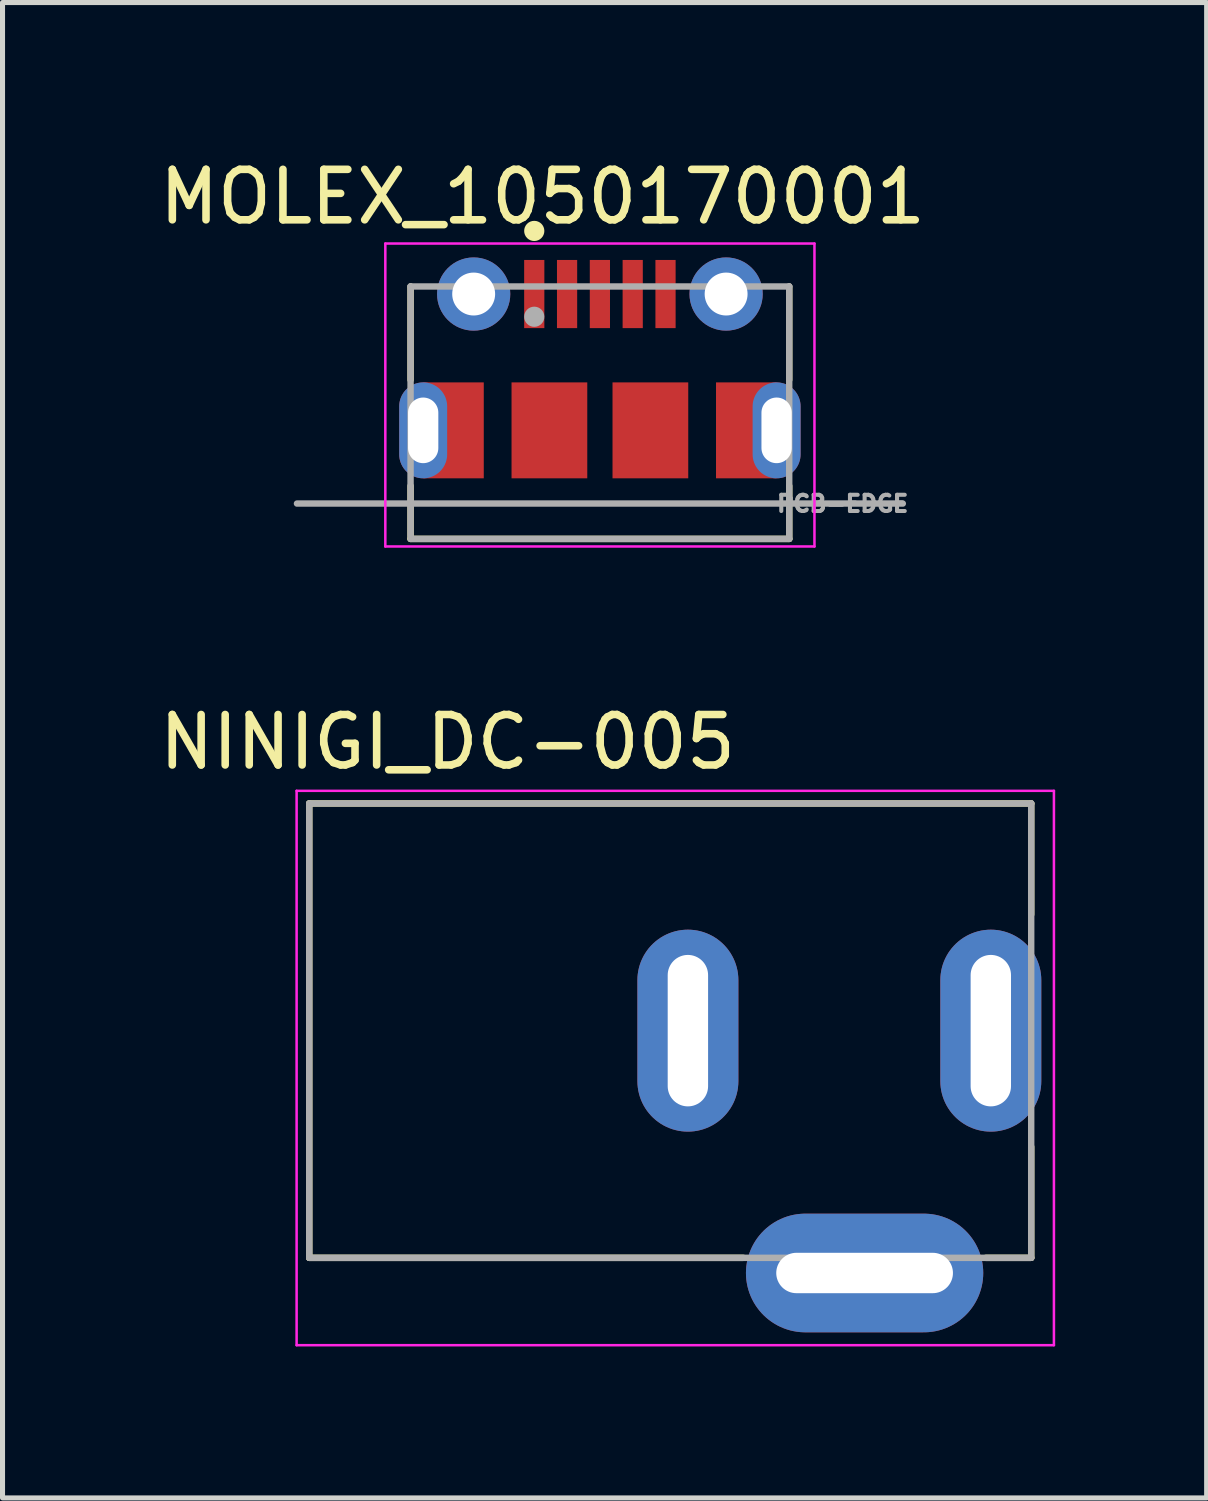
<source format=kicad_pcb>
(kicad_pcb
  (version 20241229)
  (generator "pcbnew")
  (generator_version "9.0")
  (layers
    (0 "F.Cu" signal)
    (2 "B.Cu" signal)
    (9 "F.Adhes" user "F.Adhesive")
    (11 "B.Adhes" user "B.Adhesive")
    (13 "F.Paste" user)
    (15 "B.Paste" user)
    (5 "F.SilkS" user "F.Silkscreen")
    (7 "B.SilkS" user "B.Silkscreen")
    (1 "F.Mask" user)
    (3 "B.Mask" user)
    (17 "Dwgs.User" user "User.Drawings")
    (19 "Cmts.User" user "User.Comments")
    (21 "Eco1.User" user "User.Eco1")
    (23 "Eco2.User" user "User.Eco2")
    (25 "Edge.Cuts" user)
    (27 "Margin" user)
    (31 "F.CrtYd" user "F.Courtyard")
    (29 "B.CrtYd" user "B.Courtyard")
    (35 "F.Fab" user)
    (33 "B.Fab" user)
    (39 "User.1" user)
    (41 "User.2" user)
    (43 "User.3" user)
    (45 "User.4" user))
  (footprint "NINIGI_DC-005"
    (layer "F.Cu")
    (at 14.075 17.364)
    (property "Reference" "NINIGI_DC-005" (at -8.26 -5.717 0) (layer "F.SilkS") (effects (font (size 1 1) (thickness 0.15))))
    (attr through_hole)
    (fp_line (start -11 -4.5) (end 3.3 -4.5) (stroke (width 0.127) (type solid)) (layer "F.SilkS"))
    (fp_line (start -11 4.5) (end -11 -4.5) (stroke (width 0.127) (type solid)) (layer "F.SilkS"))
    (fp_line (start -2.4 4.5) (end -11 4.5) (stroke (width 0.127) (type solid)) (layer "F.SilkS"))
    (fp_line (start 3.3 -4.5) (end 3.3 -2.3) (stroke (width 0.127) (type solid)) (layer "F.SilkS"))
    (fp_line (start 3.3 2.3) (end 3.3 4.5) (stroke (width 0.127) (type solid)) (layer "F.SilkS"))
    (fp_line (start 3.3 4.5) (end 2.4 4.5) (stroke (width 0.127) (type solid)) (layer "F.SilkS"))
    (fp_line (start -11.25 -4.75) (end 3.75 -4.75) (stroke (width 0.05) (type solid)) (layer "F.CrtYd"))
    (fp_line (start -11.25 6.23) (end -11.25 -4.75) (stroke (width 0.05) (type solid)) (layer "F.CrtYd"))
    (fp_line (start 3.75 -4.75) (end 3.75 6.23) (stroke (width 0.05) (type solid)) (layer "F.CrtYd"))
    (fp_line (start 3.75 6.23) (end -11.25 6.23) (stroke (width 0.05) (type solid)) (layer "F.CrtYd"))
    (fp_line (start -11 -4.5) (end 3.3 -4.5) (stroke (width 0.127) (type solid)) (layer "F.Fab"))
    (fp_line (start -11 4.5) (end -11 -4.5) (stroke (width 0.127) (type solid)) (layer "F.Fab"))
    (fp_line (start 3.3 -4.5) (end 3.3 4.5) (stroke (width 0.127) (type solid)) (layer "F.Fab"))
    (fp_line (start 3.3 4.5) (end -11 4.5) (stroke (width 0.127) (type solid)) (layer "F.Fab"))
    (pad "2" thru_hole oval (at 0 4.8) (size 4.7 2.35) (drill oval 3.5 0.8) (layers "*.Cu" "*.Mask"))
    (pad "3" thru_hole oval (at -3.5 0) (size 2 4) (drill oval 0.8 3) (layers "*.Cu" "*.Mask"))
    (pad "4" thru_hole oval (at 2.5 0) (size 2 4) (drill oval 0.8 3) (layers "*.Cu" "*.Mask")))
  (footprint "MOLEX_1050170001"
    (layer "F.Cu")
    (at 8.832 5.124)
    (property "Reference" "MOLEX_1050170001" (at -1.135 -4.275 0) (layer "F.SilkS") (effects (font (size 1 1) (thickness 0.15))))
    (attr through_hole)
    (fp_line (start -3.75 -0.65) (end -3.75 -2.5) (stroke (width 0.127) (type solid)) (layer "F.SilkS"))
    (fp_line (start -3.75 2.5) (end -3.75 1.45) (stroke (width 0.127) (type solid)) (layer "F.SilkS"))
    (fp_line (start 3.75 -2.5) (end 3.75 -0.65) (stroke (width 0.127) (type solid)) (layer "F.SilkS"))
    (fp_line (start 3.75 1.45) (end 3.75 2.5) (stroke (width 0.127) (type solid)) (layer "F.SilkS"))
    (fp_line (start 3.75 2.5) (end -3.75 2.5) (stroke (width 0.127) (type solid)) (layer "F.SilkS"))
    (fp_circle (center -1.3 -3.6) (end -1.2 -3.6) (stroke (width 0.2) (type solid)) (fill no) (layer "F.SilkS"))
    (fp_line (start -4.25 -3.35) (end -4.25 2.65) (stroke (width 0.05) (type solid)) (layer "F.CrtYd"))
    (fp_line (start -4.25 2.65) (end 4.25 2.65) (stroke (width 0.05) (type solid)) (layer "F.CrtYd"))
    (fp_line (start 4.25 -3.35) (end -4.25 -3.35) (stroke (width 0.05) (type solid)) (layer "F.CrtYd"))
    (fp_line (start 4.25 2.65) (end 4.25 -3.35) (stroke (width 0.05) (type solid)) (layer "F.CrtYd"))
    (fp_line (start -3.75 -2.5) (end 3.75 -2.5) (stroke (width 0.127) (type solid)) (layer "F.Fab"))
    (fp_line (start -3.75 1.8) (end -6 1.8) (stroke (width 0.127) (type solid)) (layer "F.Fab"))
    (fp_line (start -3.75 1.8) (end -3.75 -2.5) (stroke (width 0.127) (type solid)) (layer "F.Fab"))
    (fp_line (start -3.75 2.45) (end -3.75 1.8) (stroke (width 0.127) (type solid)) (layer "F.Fab"))
    (fp_line (start 3.75 -2.5) (end 3.75 1.8) (stroke (width 0.127) (type solid)) (layer "F.Fab"))
    (fp_line (start 3.75 1.8) (end -3.75 1.8) (stroke (width 0.127) (type solid)) (layer "F.Fab"))
    (fp_line (start 3.75 1.8) (end 6 1.8) (stroke (width 0.127) (type solid)) (layer "F.Fab"))
    (fp_line (start 3.75 2.5) (end -3.75 2.5) (stroke (width 0.127) (type solid)) (layer "F.Fab"))
    (fp_line (start 3.75 2.5) (end 3.75 1.8) (stroke (width 0.127) (type solid)) (layer "F.Fab"))
    (fp_circle (center -1.3 -1.9) (end -1.2 -1.9) (stroke (width 0.2) (type solid)) (fill no) (layer "F.Fab"))
    (fp_text user "PCB-EDGE" (at 4.808 1.803 0) (layer "F.Fab") (effects (font (size 0.321 0.321) (thickness 0.15))))
    (pad "1" smd rect (at -1.3 -2.35) (size 0.4 1.35) (layers "F.Cu" "F.Mask" "F.Paste"))
    (pad "2" smd rect (at -0.65 -2.35) (size 0.4 1.35) (layers "F.Cu" "F.Mask" "F.Paste"))
    (pad "3" smd rect (at 0 -2.35) (size 0.4 1.35) (layers "F.Cu" "F.Mask" "F.Paste"))
    (pad "4" smd rect (at 0.65 -2.35) (size 0.4 1.35) (layers "F.Cu" "F.Mask" "F.Paste"))
    (pad "5" smd rect (at 1.3 -2.35) (size 0.4 1.35) (layers "F.Cu" "F.Mask" "F.Paste"))
    (pad "SH1" thru_hole circle (at -2.5 -2.35) (size 1.45 1.45) (drill 0.85) (layers "*.Cu" "*.Mask"))
    (pad "SH2" thru_hole circle (at 2.5 -2.35) (size 1.45 1.45) (drill 0.85) (layers "*.Cu" "*.Mask"))
    (pad "SH3" thru_hole oval (at -3.5 0.35) (size 0.95 1.9) (drill oval 0.6 1.3) (layers "*.Cu" "*.Mask"))
    (pad "SH4" smd rect (at -2.9 0.35) (size 1.2 1.9) (layers "F.Cu" "F.Mask" "F.Paste"))
    (pad "SH5" smd rect (at -1 0.35) (size 1.5 1.9) (layers "F.Cu" "F.Mask" "F.Paste"))
    (pad "SH6" smd rect (at 1 0.35) (size 1.5 1.9) (layers "F.Cu" "F.Mask" "F.Paste"))
    (pad "SH7" smd rect (at 2.9 0.35) (size 1.2 1.9) (layers "F.Cu" "F.Mask" "F.Paste"))
    (pad "SH8" thru_hole oval (at 3.5 0.35) (size 0.95 1.9) (drill oval 0.6 1.3) (layers "*.Cu" "*.Mask")))
  (gr_rect
    (start -3 -3)
    (end 20.85 26.619)
    (stroke (width 0.1) (type default))
    (fill no)
    (layer "Edge.Cuts")))
</source>
